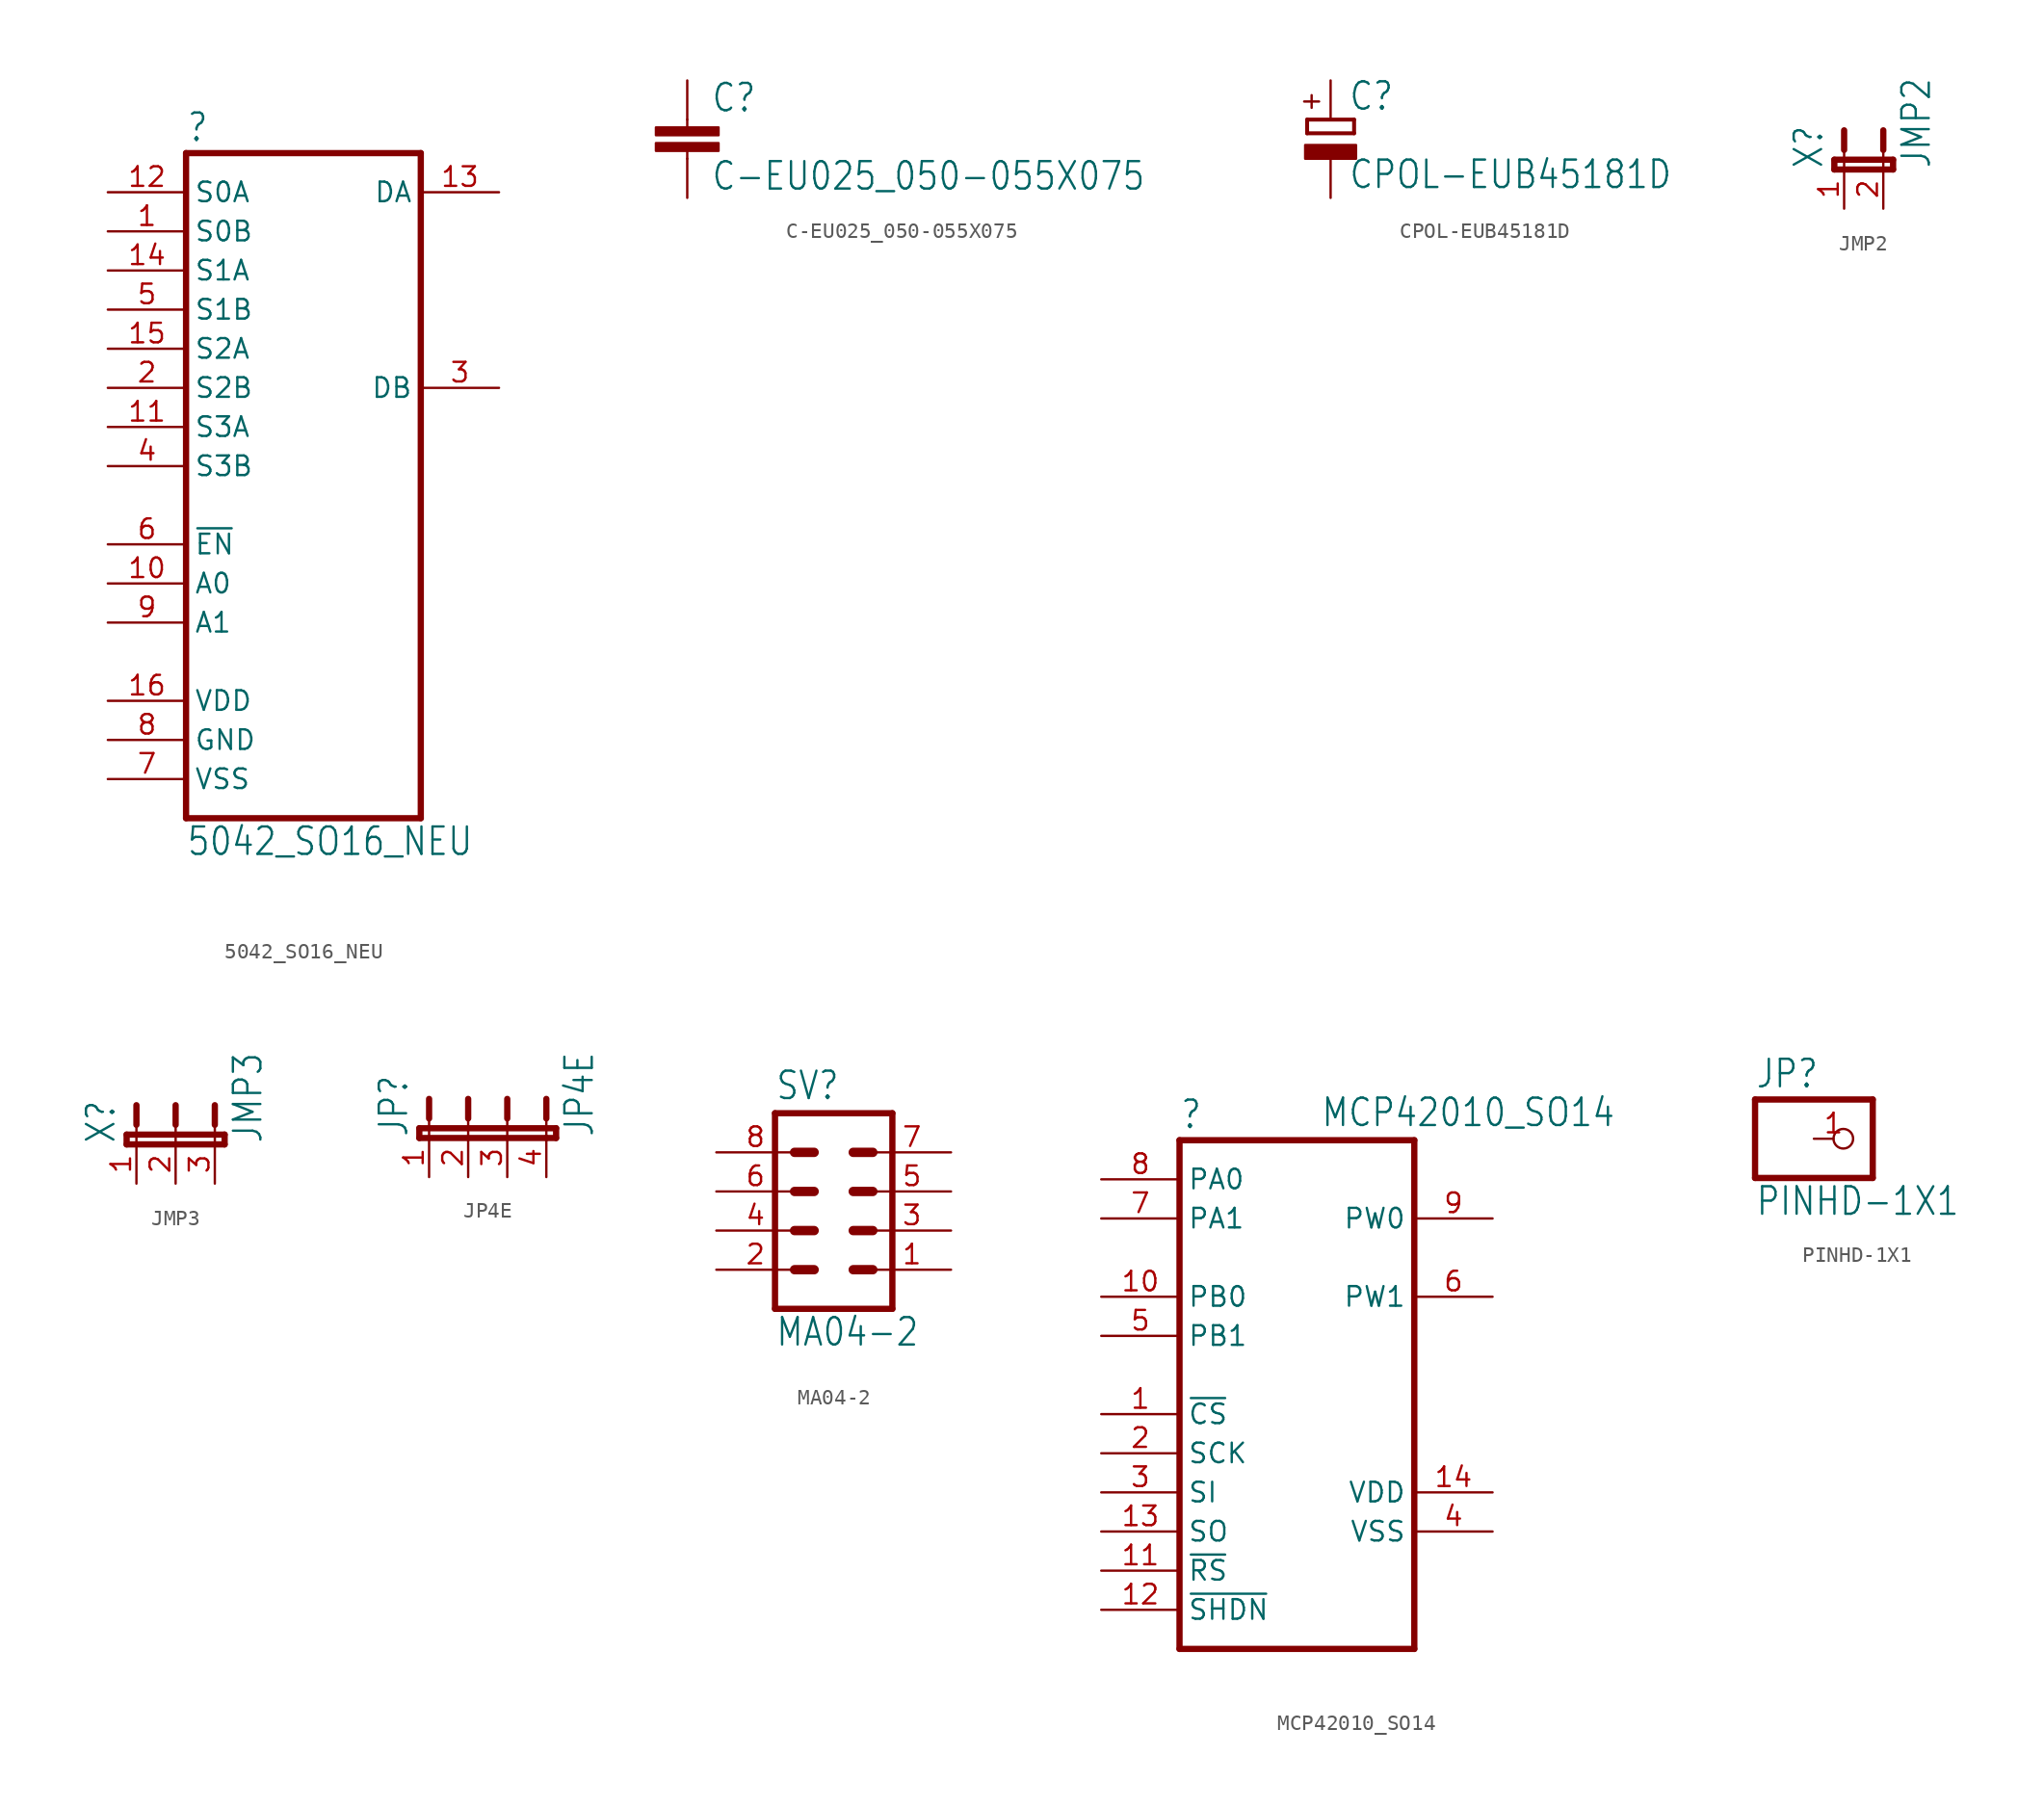
<source format=kicad_sym>
(kicad_symbol_lib
  (version 20211014)
  (generator kicad_symbol_editor)
  (symbol "5042_SO16_NEU"
    (property "Reference" ""
      (at -7.62 18.415 0)
      (effects (font (size 1.778 1.511)) (justify left bottom)))
    (property "Value" "5042_SO16_NEU"
      (at -7.62 -27.94 0)
      (effects (font (size 1.778 1.511)) (justify left bottom)))
    (property "ki_locked" ""
      (at 0 0 0)
      (effects (font (size 1.27 1.27))))
    (symbol "5042_SO16_NEU_1_0"
      (polyline (pts (xy -7.62 -25.4) (xy 7.62 -25.4)) (stroke (width 0.406) (type default) (color 0 0 0 0)) (fill (type none)))
      (polyline (pts (xy -7.62 17.78) (xy -7.62 -25.4)) (stroke (width 0.406) (type default) (color 0 0 0 0)) (fill (type none)))
      (polyline (pts (xy 7.62 -25.4) (xy 7.62 17.78)) (stroke (width 0.406) (type default) (color 0 0 0 0)) (fill (type none)))
      (polyline (pts (xy 7.62 17.78) (xy -7.62 17.78)) (stroke (width 0.406) (type default) (color 0 0 0 0)) (fill (type none)))
      (pin bidirectional line (at -12.7 12.7 0) (length 5.08) (name "S0B" (effects (font (size 1.27 1.27)))) (number "1" (effects (font (size 1.27 1.27)))))
      (pin input line (at -12.7 -10.16 0) (length 5.08) (name "A0" (effects (font (size 1.27 1.27)))) (number "10" (effects (font (size 1.27 1.27)))))
      (pin bidirectional line (at -12.7 0 0) (length 5.08) (name "S3A" (effects (font (size 1.27 1.27)))) (number "11" (effects (font (size 1.27 1.27)))))
      (pin bidirectional line (at -12.7 15.24 0) (length 5.08) (name "S0A" (effects (font (size 1.27 1.27)))) (number "12" (effects (font (size 1.27 1.27)))))
      (pin bidirectional line (at 12.7 15.24 180) (length 5.08) (name "DA" (effects (font (size 1.27 1.27)))) (number "13" (effects (font (size 1.27 1.27)))))
      (pin bidirectional line (at -12.7 10.16 0) (length 5.08) (name "S1A" (effects (font (size 1.27 1.27)))) (number "14" (effects (font (size 1.27 1.27)))))
      (pin bidirectional line (at -12.7 5.08 0) (length 5.08) (name "S2A" (effects (font (size 1.27 1.27)))) (number "15" (effects (font (size 1.27 1.27)))))
      (pin bidirectional line (at -12.7 -17.78 0) (length 5.08) (name "VDD" (effects (font (size 1.27 1.27)))) (number "16" (effects (font (size 1.27 1.27)))))
      (pin bidirectional line (at -12.7 2.54 0) (length 5.08) (name "S2B" (effects (font (size 1.27 1.27)))) (number "2" (effects (font (size 1.27 1.27)))))
      (pin bidirectional line (at 12.7 2.54 180) (length 5.08) (name "DB" (effects (font (size 1.27 1.27)))) (number "3" (effects (font (size 1.27 1.27)))))
      (pin bidirectional line (at -12.7 -2.54 0) (length 5.08) (name "S3B" (effects (font (size 1.27 1.27)))) (number "4" (effects (font (size 1.27 1.27)))))
      (pin bidirectional line (at -12.7 7.62 0) (length 5.08) (name "S1B" (effects (font (size 1.27 1.27)))) (number "5" (effects (font (size 1.27 1.27)))))
      (pin input line (at -12.7 -7.62 0) (length 5.08) (name "~{EN}" (effects (font (size 1.27 1.27)))) (number "6" (effects (font (size 1.27 1.27)))))
      (pin bidirectional line (at -12.7 -22.86 0) (length 5.08) (name "VSS" (effects (font (size 1.27 1.27)))) (number "7" (effects (font (size 1.27 1.27)))))
      (pin bidirectional line (at -12.7 -20.32 0) (length 5.08) (name "GND" (effects (font (size 1.27 1.27)))) (number "8" (effects (font (size 1.27 1.27)))))
      (pin input line (at -12.7 -12.7 0) (length 5.08) (name "A1" (effects (font (size 1.27 1.27)))) (number "9" (effects (font (size 1.27 1.27)))))))
  (symbol "C-EU025_050-055X075"
    (property "Reference" "C"
      (at 1.524 0.381 0)
      (effects (font (size 1.778 1.511)) (justify left bottom)))
    (property "Value" "C-EU025_050-055X075"
      (at 1.524 -4.699 0)
      (effects (font (size 1.778 1.511)) (justify left bottom)))
    (property "ki_locked" ""
      (at 0 0 0)
      (effects (font (size 1.27 1.27))))
    (symbol "C-EU025_050-055X075_1_0"
      (rectangle (start -2.032 -2.032) (end 2.032 -1.524) (stroke (width 0) (type default) (color 0 0 0 0)) (fill (type outline)))
      (rectangle (start -2.032 -1.016) (end 2.032 -0.508) (stroke (width 0) (type default) (color 0 0 0 0)) (fill (type outline)))
      (polyline (pts (xy 0 -2.54) (xy 0 -2.032)) (stroke (width 0.152) (type default) (color 0 0 0 0)) (fill (type none)))
      (polyline (pts (xy 0 0) (xy 0 -0.508)) (stroke (width 0.152) (type default) (color 0 0 0 0)) (fill (type none)))
      (pin passive line (at 0 2.54 270) (length 2.54) (name "1" (effects (font (size 0 0)))) (number "1" (effects (font (size 0 0)))))
      (pin passive line (at 0 -5.08 90) (length 2.54) (name "2" (effects (font (size 0 0)))) (number "2" (effects (font (size 0 0)))))))
  (symbol "CPOL-EUB45181D"
    (property "Reference" "C"
      (at 1.143 0.483 0)
      (effects (font (size 1.778 1.511)) (justify left bottom)))
    (property "Value" "CPOL-EUB45181D"
      (at 1.143 -4.597 0)
      (effects (font (size 1.778 1.511)) (justify left bottom)))
    (property "ki_locked" ""
      (at 0 0 0)
      (effects (font (size 1.27 1.27))))
    (symbol "CPOL-EUB45181D_1_0"
      (rectangle (start -1.651 -2.54) (end 1.651 -1.651) (stroke (width 0) (type default) (color 0 0 0 0)) (fill (type outline)))
      (polyline (pts (xy -1.524 -0.889) (xy 1.524 -0.889)) (stroke (width 0.254) (type default) (color 0 0 0 0)) (fill (type none)))
      (polyline (pts (xy -1.524 0) (xy -1.524 -0.889)) (stroke (width 0.254) (type default) (color 0 0 0 0)) (fill (type none)))
      (polyline (pts (xy -1.524 0) (xy 1.524 0)) (stroke (width 0.254) (type default) (color 0 0 0 0)) (fill (type none)))
      (polyline (pts (xy 1.524 -0.889) (xy 1.524 0)) (stroke (width 0.254) (type default) (color 0 0 0 0)) (fill (type none)))
      (text "+" (at -0.584 0.406 900) (effects (font (size 1.27 1.079)) (justify left bottom)))
      (pin passive line (at 0 2.54 270) (length 2.54) (name "+" (effects (font (size 0 0)))) (number "+" (effects (font (size 0 0)))))
      (pin passive line (at 0 -5.08 90) (length 2.54) (name "-" (effects (font (size 0 0)))) (number "-" (effects (font (size 0 0)))))))
  (symbol "JMP2"
    (property "Reference" "X"
      (at -1.27 0 90)
      (effects (font (size 1.778 1.511)) (justify left bottom)))
    (property "Value" "JMP2"
      (at 5.715 0 90)
      (effects (font (size 1.778 1.511)) (justify left bottom)))
    (property "ki_locked" ""
      (at 0 0 0)
      (effects (font (size 1.27 1.27))))
    (symbol "JMP2_1_0"
      (polyline (pts (xy -0.635 0) (xy 3.175 0)) (stroke (width 0.406) (type default) (color 0 0 0 0)) (fill (type none)))
      (polyline (pts (xy -0.635 0.635) (xy -0.635 0)) (stroke (width 0.406) (type default) (color 0 0 0 0)) (fill (type none)))
      (polyline (pts (xy 0 0) (xy 0 1.27)) (stroke (width 0.152) (type default) (color 0 0 0 0)) (fill (type none)))
      (polyline (pts (xy 0 2.54) (xy 0 1.27)) (stroke (width 0.406) (type default) (color 0 0 0 0)) (fill (type none)))
      (polyline (pts (xy 2.54 0) (xy 2.54 1.27)) (stroke (width 0.152) (type default) (color 0 0 0 0)) (fill (type none)))
      (polyline (pts (xy 2.54 2.54) (xy 2.54 1.27)) (stroke (width 0.406) (type default) (color 0 0 0 0)) (fill (type none)))
      (polyline (pts (xy 3.175 0) (xy 3.175 0.635)) (stroke (width 0.406) (type default) (color 0 0 0 0)) (fill (type none)))
      (polyline (pts (xy 3.175 0.635) (xy -0.635 0.635)) (stroke (width 0.406) (type default) (color 0 0 0 0)) (fill (type none)))
      (pin passive line (at 0 -2.54 90) (length 2.54) (name "1" (effects (font (size 0 0)))) (number "1" (effects (font (size 1.27 1.27)))))
      (pin passive line (at 2.54 -2.54 90) (length 2.54) (name "2" (effects (font (size 0 0)))) (number "2" (effects (font (size 1.27 1.27)))))))
  (symbol "JMP3"
    (property "Reference" "X"
      (at -3.81 0 90)
      (effects (font (size 1.778 1.511)) (justify left bottom)))
    (property "Value" "JMP3"
      (at 5.715 0 90)
      (effects (font (size 1.778 1.511)) (justify left bottom)))
    (property "ki_locked" ""
      (at 0 0 0)
      (effects (font (size 1.27 1.27))))
    (symbol "JMP3_1_0"
      (polyline (pts (xy -3.175 0) (xy 3.175 0)) (stroke (width 0.406) (type default) (color 0 0 0 0)) (fill (type none)))
      (polyline (pts (xy -3.175 0.635) (xy -3.175 0)) (stroke (width 0.406) (type default) (color 0 0 0 0)) (fill (type none)))
      (polyline (pts (xy -2.54 0) (xy -2.54 1.27)) (stroke (width 0.152) (type default) (color 0 0 0 0)) (fill (type none)))
      (polyline (pts (xy -2.54 2.54) (xy -2.54 1.27)) (stroke (width 0.406) (type default) (color 0 0 0 0)) (fill (type none)))
      (polyline (pts (xy 0 0) (xy 0 1.27)) (stroke (width 0.152) (type default) (color 0 0 0 0)) (fill (type none)))
      (polyline (pts (xy 0 2.54) (xy 0 1.27)) (stroke (width 0.406) (type default) (color 0 0 0 0)) (fill (type none)))
      (polyline (pts (xy 2.54 0) (xy 2.54 1.27)) (stroke (width 0.152) (type default) (color 0 0 0 0)) (fill (type none)))
      (polyline (pts (xy 2.54 2.54) (xy 2.54 1.27)) (stroke (width 0.406) (type default) (color 0 0 0 0)) (fill (type none)))
      (polyline (pts (xy 3.175 0) (xy 3.175 0.635)) (stroke (width 0.406) (type default) (color 0 0 0 0)) (fill (type none)))
      (polyline (pts (xy 3.175 0.635) (xy -3.175 0.635)) (stroke (width 0.406) (type default) (color 0 0 0 0)) (fill (type none)))
      (pin passive line (at -2.54 -2.54 90) (length 2.54) (name "1" (effects (font (size 0 0)))) (number "1" (effects (font (size 1.27 1.27)))))
      (pin passive line (at 0 -2.54 90) (length 2.54) (name "2" (effects (font (size 0 0)))) (number "2" (effects (font (size 1.27 1.27)))))
      (pin passive line (at 2.54 -2.54 90) (length 2.54) (name "3" (effects (font (size 0 0)))) (number "3" (effects (font (size 1.27 1.27)))))))
  (symbol "JP4E"
    (property "Reference" "JP"
      (at -3.81 0 90)
      (effects (font (size 1.778 1.511)) (justify left bottom)))
    (property "Value" "JP4E"
      (at 8.255 0 90)
      (effects (font (size 1.778 1.511)) (justify left bottom)))
    (property "ki_locked" ""
      (at 0 0 0)
      (effects (font (size 1.27 1.27))))
    (symbol "JP4E_1_0"
      (polyline (pts (xy -3.175 0) (xy 5.08 0)) (stroke (width 0.406) (type default) (color 0 0 0 0)) (fill (type none)))
      (polyline (pts (xy -3.175 0.635) (xy -3.175 0)) (stroke (width 0.406) (type default) (color 0 0 0 0)) (fill (type none)))
      (polyline (pts (xy -2.54 0) (xy -2.54 1.27)) (stroke (width 0.152) (type default) (color 0 0 0 0)) (fill (type none)))
      (polyline (pts (xy -2.54 2.54) (xy -2.54 1.27)) (stroke (width 0.406) (type default) (color 0 0 0 0)) (fill (type none)))
      (polyline (pts (xy 0 0) (xy 0 1.27)) (stroke (width 0.152) (type default) (color 0 0 0 0)) (fill (type none)))
      (polyline (pts (xy 0 2.54) (xy 0 1.27)) (stroke (width 0.406) (type default) (color 0 0 0 0)) (fill (type none)))
      (polyline (pts (xy 2.54 0) (xy 2.54 1.27)) (stroke (width 0.152) (type default) (color 0 0 0 0)) (fill (type none)))
      (polyline (pts (xy 2.54 2.54) (xy 2.54 1.27)) (stroke (width 0.406) (type default) (color 0 0 0 0)) (fill (type none)))
      (polyline (pts (xy 5.08 0) (xy 5.08 1.27)) (stroke (width 0.152) (type default) (color 0 0 0 0)) (fill (type none)))
      (polyline (pts (xy 5.08 0) (xy 5.715 0)) (stroke (width 0.406) (type default) (color 0 0 0 0)) (fill (type none)))
      (polyline (pts (xy 5.08 2.54) (xy 5.08 1.27)) (stroke (width 0.406) (type default) (color 0 0 0 0)) (fill (type none)))
      (polyline (pts (xy 5.715 0) (xy 5.715 0.635)) (stroke (width 0.406) (type default) (color 0 0 0 0)) (fill (type none)))
      (polyline (pts (xy 5.715 0.635) (xy -3.175 0.635)) (stroke (width 0.406) (type default) (color 0 0 0 0)) (fill (type none)))
      (pin passive line (at -2.54 -2.54 90) (length 2.54) (name "1" (effects (font (size 0 0)))) (number "1" (effects (font (size 1.27 1.27)))))
      (pin passive line (at 0 -2.54 90) (length 2.54) (name "2" (effects (font (size 0 0)))) (number "2" (effects (font (size 1.27 1.27)))))
      (pin passive line (at 2.54 -2.54 90) (length 2.54) (name "3" (effects (font (size 0 0)))) (number "3" (effects (font (size 1.27 1.27)))))
      (pin passive line (at 5.08 -2.54 90) (length 2.54) (name "4" (effects (font (size 0 0)))) (number "4" (effects (font (size 1.27 1.27)))))))
  (symbol "MA04-2"
    (property "Reference" "SV"
      (at -3.81 5.842 0)
      (effects (font (size 1.778 1.511)) (justify left bottom)))
    (property "Value" "MA04-2"
      (at -3.81 -10.16 0)
      (effects (font (size 1.778 1.511)) (justify left bottom)))
    (property "ki_locked" ""
      (at 0 0 0)
      (effects (font (size 1.27 1.27))))
    (symbol "MA04-2_1_0"
      (polyline (pts (xy -3.81 5.08) (xy -3.81 -7.62)) (stroke (width 0.406) (type default) (color 0 0 0 0)) (fill (type none)))
      (polyline (pts (xy -3.81 5.08) (xy 3.81 5.08)) (stroke (width 0.406) (type default) (color 0 0 0 0)) (fill (type none)))
      (polyline (pts (xy -2.54 -5.08) (xy -1.27 -5.08)) (stroke (width 0.61) (type default) (color 0 0 0 0)) (fill (type none)))
      (polyline (pts (xy -2.54 -2.54) (xy -1.27 -2.54)) (stroke (width 0.61) (type default) (color 0 0 0 0)) (fill (type none)))
      (polyline (pts (xy -2.54 0) (xy -1.27 0)) (stroke (width 0.61) (type default) (color 0 0 0 0)) (fill (type none)))
      (polyline (pts (xy -2.54 2.54) (xy -1.27 2.54)) (stroke (width 0.61) (type default) (color 0 0 0 0)) (fill (type none)))
      (polyline (pts (xy 1.27 -5.08) (xy 2.54 -5.08)) (stroke (width 0.61) (type default) (color 0 0 0 0)) (fill (type none)))
      (polyline (pts (xy 1.27 -2.54) (xy 2.54 -2.54)) (stroke (width 0.61) (type default) (color 0 0 0 0)) (fill (type none)))
      (polyline (pts (xy 1.27 0) (xy 2.54 0)) (stroke (width 0.61) (type default) (color 0 0 0 0)) (fill (type none)))
      (polyline (pts (xy 1.27 2.54) (xy 2.54 2.54)) (stroke (width 0.61) (type default) (color 0 0 0 0)) (fill (type none)))
      (polyline (pts (xy 3.81 -7.62) (xy -3.81 -7.62)) (stroke (width 0.406) (type default) (color 0 0 0 0)) (fill (type none)))
      (polyline (pts (xy 3.81 -7.62) (xy 3.81 5.08)) (stroke (width 0.406) (type default) (color 0 0 0 0)) (fill (type none)))
      (pin passive line (at 7.62 -5.08 180) (length 5.08) (name "1" (effects (font (size 0 0)))) (number "1" (effects (font (size 1.27 1.27)))))
      (pin passive line (at -7.62 -5.08 0) (length 5.08) (name "2" (effects (font (size 0 0)))) (number "2" (effects (font (size 1.27 1.27)))))
      (pin passive line (at 7.62 -2.54 180) (length 5.08) (name "3" (effects (font (size 0 0)))) (number "3" (effects (font (size 1.27 1.27)))))
      (pin passive line (at -7.62 -2.54 0) (length 5.08) (name "4" (effects (font (size 0 0)))) (number "4" (effects (font (size 1.27 1.27)))))
      (pin passive line (at 7.62 0 180) (length 5.08) (name "5" (effects (font (size 0 0)))) (number "5" (effects (font (size 1.27 1.27)))))
      (pin passive line (at -7.62 0 0) (length 5.08) (name "6" (effects (font (size 0 0)))) (number "6" (effects (font (size 1.27 1.27)))))
      (pin passive line (at 7.62 2.54 180) (length 5.08) (name "7" (effects (font (size 0 0)))) (number "7" (effects (font (size 1.27 1.27)))))
      (pin passive line (at -7.62 2.54 0) (length 5.08) (name "8" (effects (font (size 0 0)))) (number "8" (effects (font (size 1.27 1.27)))))))
  (symbol "MCP42010_SO14"
    (property "Reference" ""
      (at -7.62 18.415 0)
      (effects (font (size 1.778 1.511)) (justify left bottom)))
    (property "Value" "MCP42010_SO14"
      (at 1.524 18.542 0)
      (effects (font (size 1.778 1.511)) (justify left bottom)))
    (property "ki_locked" ""
      (at 0 0 0)
      (effects (font (size 1.27 1.27))))
    (symbol "MCP42010_SO14_1_0"
      (polyline (pts (xy -7.62 -15.24) (xy 7.62 -15.24)) (stroke (width 0.406) (type default) (color 0 0 0 0)) (fill (type none)))
      (polyline (pts (xy -7.62 17.78) (xy -7.62 -15.24)) (stroke (width 0.406) (type default) (color 0 0 0 0)) (fill (type none)))
      (polyline (pts (xy 7.62 -15.24) (xy 7.62 17.78)) (stroke (width 0.406) (type default) (color 0 0 0 0)) (fill (type none)))
      (polyline (pts (xy 7.62 17.78) (xy -7.62 17.78)) (stroke (width 0.406) (type default) (color 0 0 0 0)) (fill (type none)))
      (pin bidirectional line (at -12.7 0 0) (length 5.08) (name "~{CS}" (effects (font (size 1.27 1.27)))) (number "1" (effects (font (size 1.27 1.27)))))
      (pin bidirectional line (at -12.7 7.62 0) (length 5.08) (name "PB0" (effects (font (size 1.27 1.27)))) (number "10" (effects (font (size 1.27 1.27)))))
      (pin bidirectional line (at -12.7 -10.16 0) (length 5.08) (name "~{RS}" (effects (font (size 1.27 1.27)))) (number "11" (effects (font (size 1.27 1.27)))))
      (pin bidirectional line (at -12.7 -12.7 0) (length 5.08) (name "~{SHDN}" (effects (font (size 1.27 1.27)))) (number "12" (effects (font (size 1.27 1.27)))))
      (pin bidirectional line (at -12.7 -7.62 0) (length 5.08) (name "SO" (effects (font (size 1.27 1.27)))) (number "13" (effects (font (size 1.27 1.27)))))
      (pin input line (at 12.7 -5.08 180) (length 5.08) (name "VDD" (effects (font (size 1.27 1.27)))) (number "14" (effects (font (size 1.27 1.27)))))
      (pin bidirectional line (at -12.7 -2.54 0) (length 5.08) (name "SCK" (effects (font (size 1.27 1.27)))) (number "2" (effects (font (size 1.27 1.27)))))
      (pin bidirectional line (at -12.7 -5.08 0) (length 5.08) (name "SI" (effects (font (size 1.27 1.27)))) (number "3" (effects (font (size 1.27 1.27)))))
      (pin input line (at 12.7 -7.62 180) (length 5.08) (name "VSS" (effects (font (size 1.27 1.27)))) (number "4" (effects (font (size 1.27 1.27)))))
      (pin bidirectional line (at -12.7 5.08 0) (length 5.08) (name "PB1" (effects (font (size 1.27 1.27)))) (number "5" (effects (font (size 1.27 1.27)))))
      (pin bidirectional line (at 12.7 7.62 180) (length 5.08) (name "PW1" (effects (font (size 1.27 1.27)))) (number "6" (effects (font (size 1.27 1.27)))))
      (pin bidirectional line (at -12.7 12.7 0) (length 5.08) (name "PA1" (effects (font (size 1.27 1.27)))) (number "7" (effects (font (size 1.27 1.27)))))
      (pin bidirectional line (at -12.7 15.24 0) (length 5.08) (name "PA0" (effects (font (size 1.27 1.27)))) (number "8" (effects (font (size 1.27 1.27)))))
      (pin bidirectional line (at 12.7 12.7 180) (length 5.08) (name "PW0" (effects (font (size 1.27 1.27)))) (number "9" (effects (font (size 1.27 1.27)))))))
  (symbol "PINHD-1X1"
    (property "Reference" "JP"
      (at -6.35 3.175 0)
      (effects (font (size 1.778 1.511)) (justify left bottom)))
    (property "Value" "PINHD-1X1"
      (at -6.35 -5.08 0)
      (effects (font (size 1.778 1.511)) (justify left bottom)))
    (property "ki_locked" ""
      (at 0 0 0)
      (effects (font (size 1.27 1.27))))
    (symbol "PINHD-1X1_1_0"
      (polyline (pts (xy -6.35 -2.54) (xy 1.27 -2.54)) (stroke (width 0.406) (type default) (color 0 0 0 0)) (fill (type none)))
      (polyline (pts (xy -6.35 2.54) (xy -6.35 -2.54)) (stroke (width 0.406) (type default) (color 0 0 0 0)) (fill (type none)))
      (polyline (pts (xy 1.27 -2.54) (xy 1.27 2.54)) (stroke (width 0.406) (type default) (color 0 0 0 0)) (fill (type none)))
      (polyline (pts (xy 1.27 2.54) (xy -6.35 2.54)) (stroke (width 0.406) (type default) (color 0 0 0 0)) (fill (type none)))
      (pin passive inverted (at -2.54 0 0) (length 2.54) (name "1" (effects (font (size 0 0)))) (number "1" (effects (font (size 1.27 1.27))))))))
</source>
